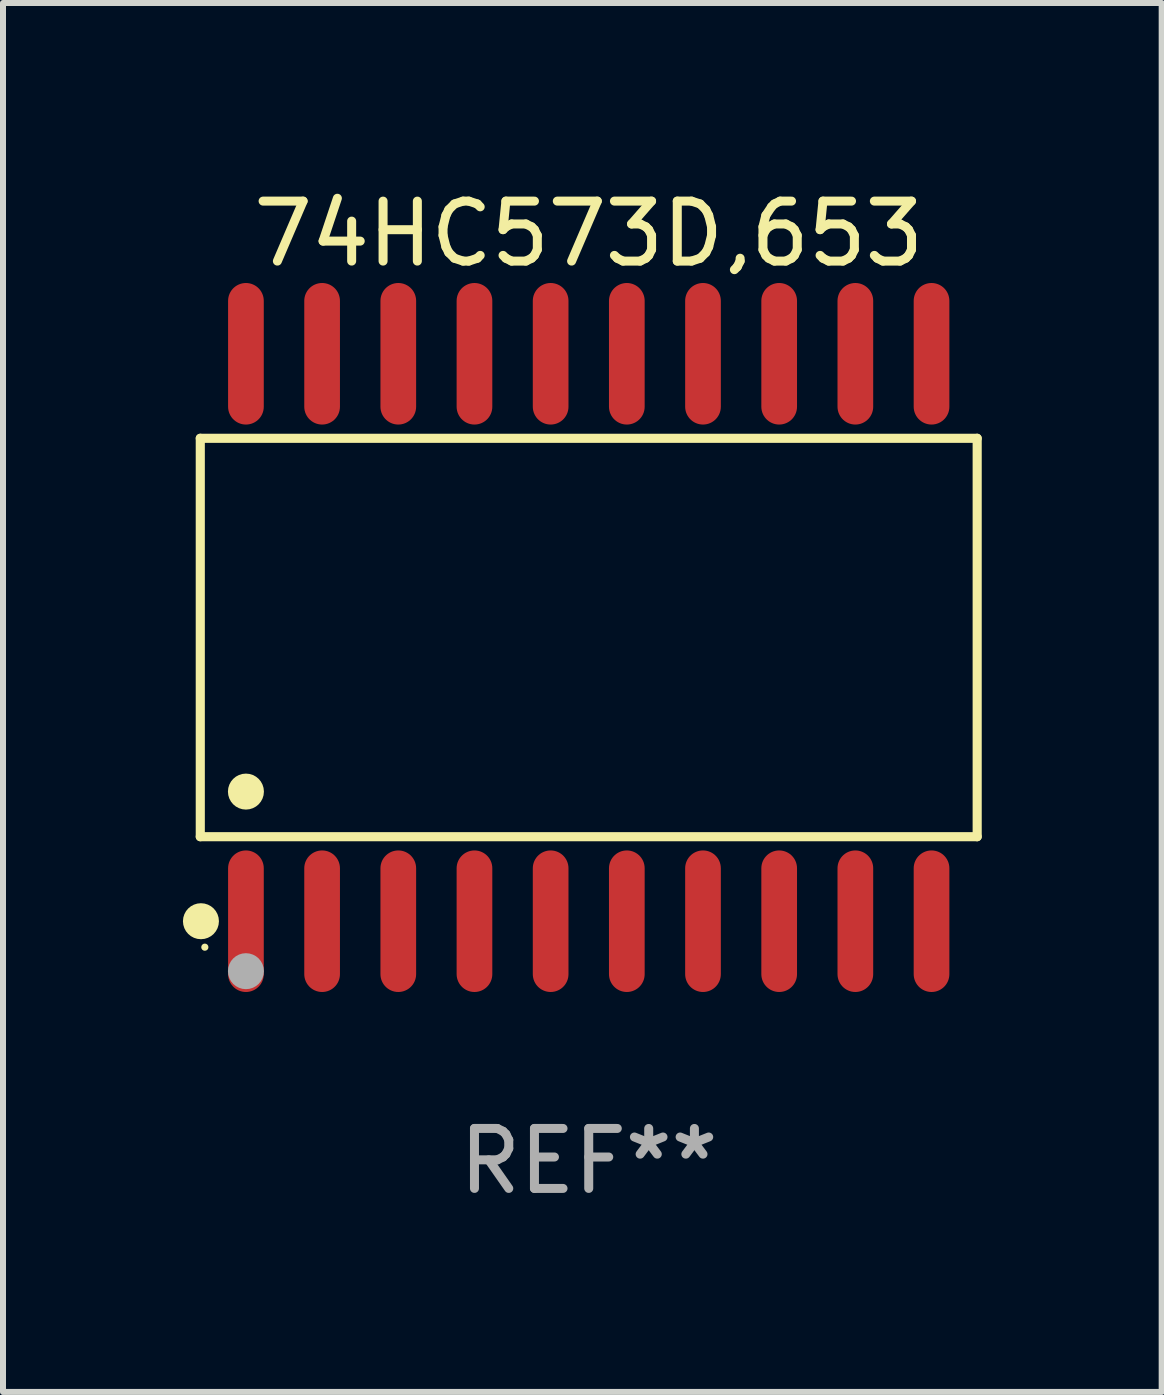
<source format=kicad_pcb>
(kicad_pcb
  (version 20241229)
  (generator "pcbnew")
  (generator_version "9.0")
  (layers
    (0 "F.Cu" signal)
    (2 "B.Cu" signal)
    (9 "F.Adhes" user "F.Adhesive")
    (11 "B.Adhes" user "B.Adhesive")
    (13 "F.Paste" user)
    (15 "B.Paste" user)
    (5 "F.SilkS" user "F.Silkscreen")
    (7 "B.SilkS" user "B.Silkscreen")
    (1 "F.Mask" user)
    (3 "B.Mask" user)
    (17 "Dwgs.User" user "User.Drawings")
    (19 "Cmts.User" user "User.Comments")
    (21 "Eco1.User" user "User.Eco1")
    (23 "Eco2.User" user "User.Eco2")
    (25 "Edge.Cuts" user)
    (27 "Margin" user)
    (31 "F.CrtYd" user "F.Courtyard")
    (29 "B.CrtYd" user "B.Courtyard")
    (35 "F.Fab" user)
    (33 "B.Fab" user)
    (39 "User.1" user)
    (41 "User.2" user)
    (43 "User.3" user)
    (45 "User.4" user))
  (footprint "74HC573D,653"
    (layer "F.Cu")
    (at 6.765 7.578)
    (property "Reference" "74HC573D,653" (at 0 -6.73 0) (layer "F.SilkS") (effects (font (size 1 1) (thickness 0.15))))
    (attr through_hole)
    (fp_line (start -6.476 -3.321) (end 6.476 -3.321) (stroke (width 0.152) (type solid)) (layer "F.SilkS"))
    (fp_line (start -6.476 3.321) (end -6.476 -3.321) (stroke (width 0.152) (type solid)) (layer "F.SilkS"))
    (fp_line (start 6.476 -3.321) (end 6.476 3.321) (stroke (width 0.152) (type solid)) (layer "F.SilkS"))
    (fp_line (start 6.476 3.321) (end -6.476 3.321) (stroke (width 0.152) (type solid)) (layer "F.SilkS"))
    (fp_circle (center -6.465 4.73) (end -6.315 4.73) (stroke (width 0.3) (type solid)) (fill no) (layer "F.SilkS"))
    (fp_circle (center -6.4 5.163) (end -6.37 5.163) (stroke (width 0.06) (type solid)) (fill no) (layer "F.SilkS"))
    (fp_circle (center -5.715 2.569) (end -5.565 2.569) (stroke (width 0.3) (type solid)) (fill no) (layer "F.SilkS"))
    (fp_circle (center -5.715 5.563) (end -5.565 5.563) (stroke (width 0.3) (type solid)) (fill no) (layer "F.Fab"))
    (fp_text user "REF**" (at 0 8.73 0) (layer "F.Fab") (effects (font (size 1 1) (thickness 0.15))))
    (pad "1" smd oval (at -5.715 4.73) (size 0.595 2.36) (layers "F.Cu" "F.Mask" "F.Paste"))
    (pad "2" smd oval (at -4.445 4.73) (size 0.595 2.36) (layers "F.Cu" "F.Mask" "F.Paste"))
    (pad "3" smd oval (at -3.175 4.73) (size 0.595 2.36) (layers "F.Cu" "F.Mask" "F.Paste"))
    (pad "4" smd oval (at -1.905 4.73) (size 0.595 2.36) (layers "F.Cu" "F.Mask" "F.Paste"))
    (pad "5" smd oval (at -0.635 4.73) (size 0.595 2.36) (layers "F.Cu" "F.Mask" "F.Paste"))
    (pad "6" smd oval (at 0.635 4.73) (size 0.595 2.36) (layers "F.Cu" "F.Mask" "F.Paste"))
    (pad "7" smd oval (at 1.905 4.73) (size 0.595 2.36) (layers "F.Cu" "F.Mask" "F.Paste"))
    (pad "8" smd oval (at 3.175 4.73) (size 0.595 2.36) (layers "F.Cu" "F.Mask" "F.Paste"))
    (pad "9" smd oval (at 4.445 4.73) (size 0.595 2.36) (layers "F.Cu" "F.Mask" "F.Paste"))
    (pad "10" smd oval (at 5.715 4.73) (size 0.595 2.36) (layers "F.Cu" "F.Mask" "F.Paste"))
    (pad "11" smd oval (at 5.715 -4.73) (size 0.595 2.36) (layers "F.Cu" "F.Mask" "F.Paste"))
    (pad "12" smd oval (at 4.445 -4.73) (size 0.595 2.36) (layers "F.Cu" "F.Mask" "F.Paste"))
    (pad "13" smd oval (at 3.175 -4.73) (size 0.595 2.36) (layers "F.Cu" "F.Mask" "F.Paste"))
    (pad "14" smd oval (at 1.905 -4.73) (size 0.595 2.36) (layers "F.Cu" "F.Mask" "F.Paste"))
    (pad "15" smd oval (at 0.635 -4.73) (size 0.595 2.36) (layers "F.Cu" "F.Mask" "F.Paste"))
    (pad "16" smd oval (at -0.635 -4.73) (size 0.595 2.36) (layers "F.Cu" "F.Mask" "F.Paste"))
    (pad "17" smd oval (at -1.905 -4.73) (size 0.595 2.36) (layers "F.Cu" "F.Mask" "F.Paste"))
    (pad "18" smd oval (at -3.175 -4.73) (size 0.595 2.36) (layers "F.Cu" "F.Mask" "F.Paste"))
    (pad "19" smd oval (at -4.445 -4.73) (size 0.595 2.36) (layers "F.Cu" "F.Mask" "F.Paste"))
    (pad "20" smd oval (at -5.715 -4.73) (size 0.595 2.36) (layers "F.Cu" "F.Mask" "F.Paste")))
  (gr_rect
    (start -3 -3)
    (end 16.317 20.156)
    (stroke (width 0.1) (type default))
    (fill no)
    (layer "Edge.Cuts")))
</source>
